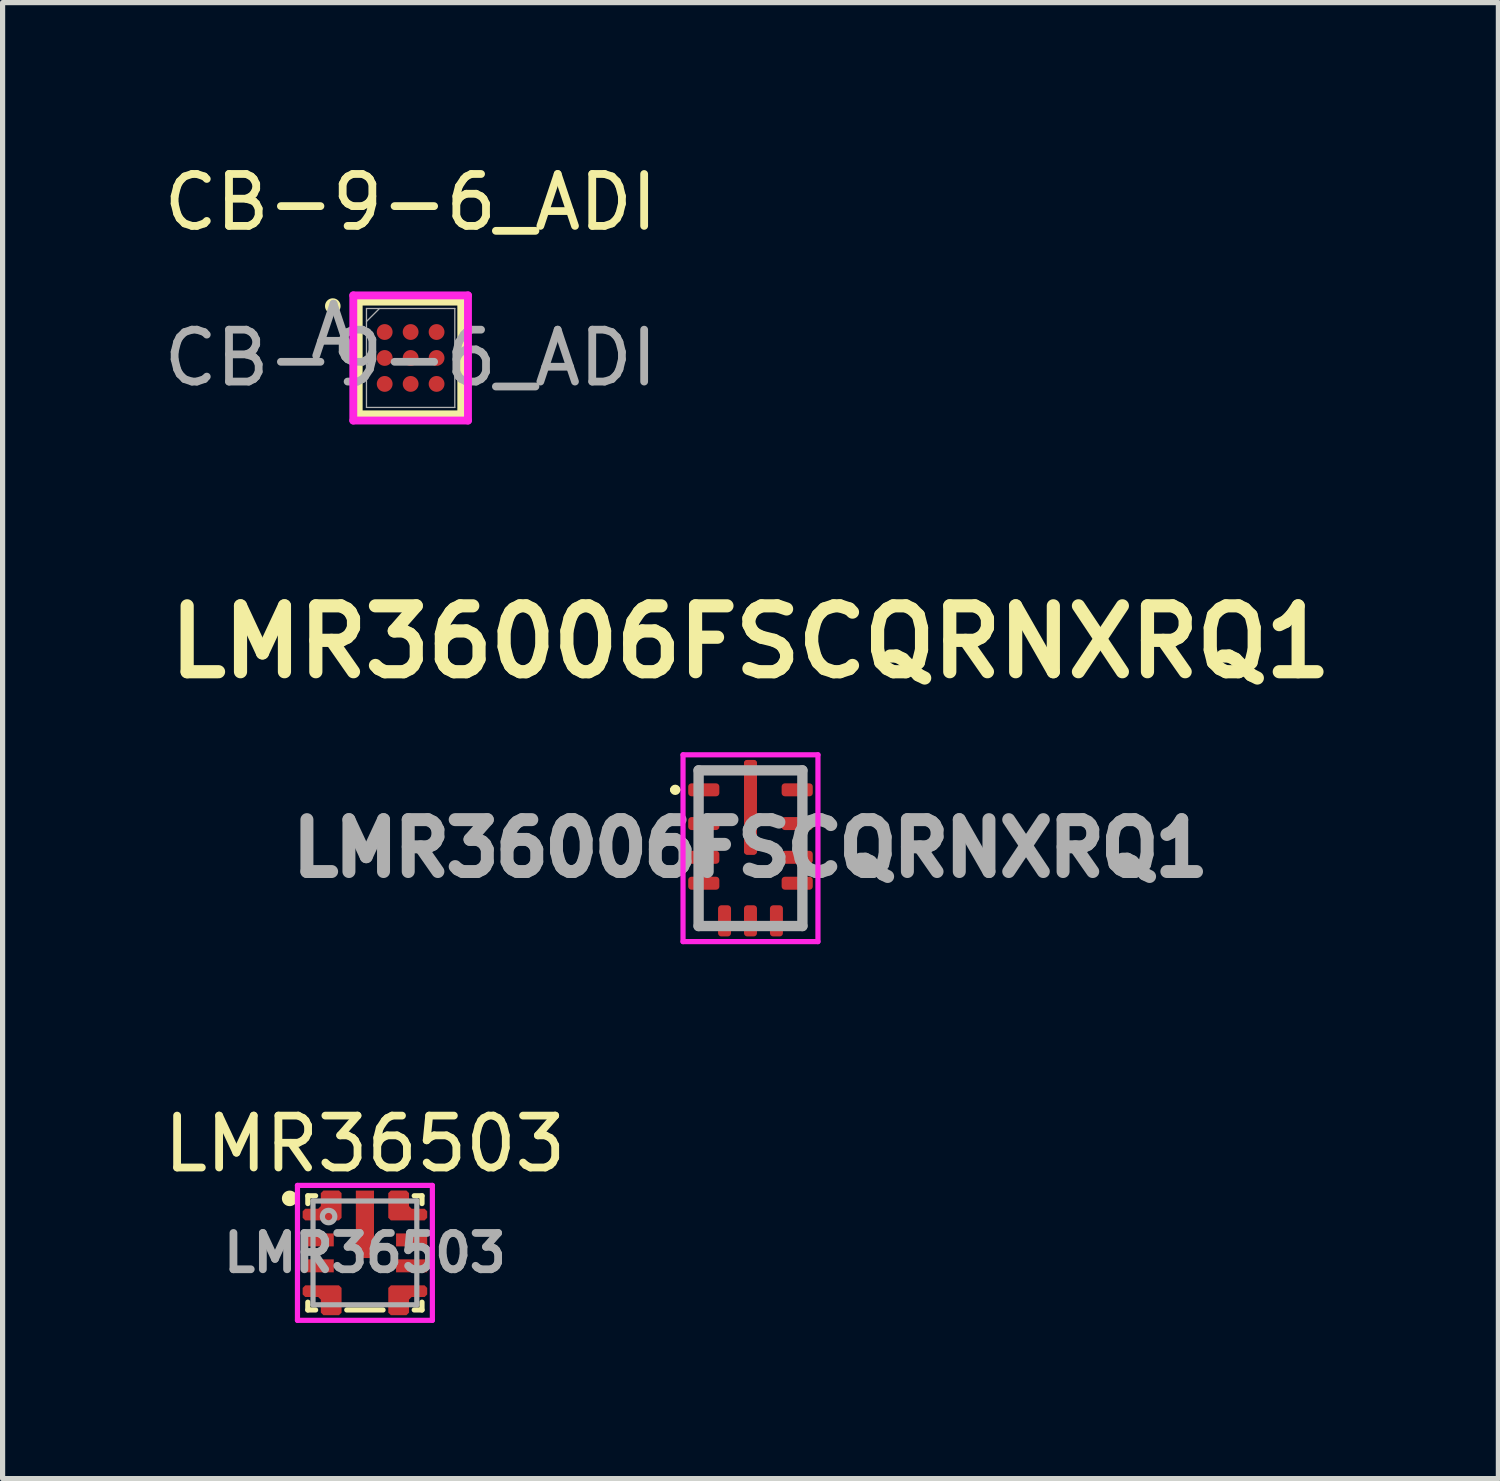
<source format=kicad_pcb>
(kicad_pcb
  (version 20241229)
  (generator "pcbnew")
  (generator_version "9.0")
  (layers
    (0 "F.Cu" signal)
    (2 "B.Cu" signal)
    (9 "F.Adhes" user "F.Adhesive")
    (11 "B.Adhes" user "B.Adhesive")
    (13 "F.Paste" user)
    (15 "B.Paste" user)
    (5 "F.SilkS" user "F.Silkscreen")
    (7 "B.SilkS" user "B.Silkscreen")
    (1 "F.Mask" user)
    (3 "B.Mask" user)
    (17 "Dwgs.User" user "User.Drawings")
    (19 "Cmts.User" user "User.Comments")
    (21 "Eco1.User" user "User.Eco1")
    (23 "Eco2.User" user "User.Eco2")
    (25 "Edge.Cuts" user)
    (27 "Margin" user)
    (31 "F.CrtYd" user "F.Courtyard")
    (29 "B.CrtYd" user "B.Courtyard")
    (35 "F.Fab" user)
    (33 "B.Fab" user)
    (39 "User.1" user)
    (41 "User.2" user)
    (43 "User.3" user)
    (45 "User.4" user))
  (footprint "CB-9-6_ADI"
    (layer "F.Cu")
    (at 4.863 3.848)
    (property "Reference" "CB-9-6_ADI" (at 0 -3 0) (unlocked yes) (layer "F.SilkS") (effects (font (size 1 1) (thickness 0.15))))
    (attr smd)
    (fp_line (start -1 -1.085) (end -1 1.085) (stroke (width 0.15) (type solid)) (layer "F.SilkS"))
    (fp_line (start 0.975 -1.085) (end -0.975 -1.085) (stroke (width 0.15) (type solid)) (layer "F.SilkS"))
    (fp_line (start 0.975 -1.085) (end 0.975 1.085) (stroke (width 0.15) (type solid)) (layer "F.SilkS"))
    (fp_line (start 0.975 1.085) (end -0.975 1.085) (stroke (width 0.15) (type solid)) (layer "F.SilkS"))
    (fp_circle (center -1.5 -1) (end -1.4 -1) (stroke (width 0.1) (type solid)) (fill yes) (layer "F.SilkS"))
    (fp_line (start -1.105 -1.206) (end 1.105 -1.206) (stroke (width 0.152) (type solid)) (layer "F.CrtYd"))
    (fp_line (start -1.105 1.206) (end -1.105 -1.206) (stroke (width 0.152) (type solid)) (layer "F.CrtYd"))
    (fp_line (start 1.105 -1.206) (end 1.105 1.206) (stroke (width 0.152) (type solid)) (layer "F.CrtYd"))
    (fp_line (start 1.105 1.206) (end -1.105 1.206) (stroke (width 0.152) (type solid)) (layer "F.CrtYd"))
    (fp_line (start -0.851 -0.953) (end -0.851 0.953) (stroke (width 0.025) (type solid)) (layer "F.Fab"))
    (fp_line (start -0.851 0.953) (end 0.851 0.953) (stroke (width 0.025) (type solid)) (layer "F.Fab"))
    (fp_line (start -0.601 -0.953) (end -0.851 -0.703) (stroke (width 0.025) (type solid)) (layer "F.Fab"))
    (fp_line (start 0.851 -0.953) (end -0.851 -0.953) (stroke (width 0.025) (type solid)) (layer "F.Fab"))
    (fp_line (start 0.851 0.953) (end 0.851 -0.953) (stroke (width 0.025) (type solid)) (layer "F.Fab"))
    (fp_text user "A" (at -1.486 -0.5 0) (unlocked yes) (layer "F.Fab") (effects (font (size 1 1) (thickness 0.15))))
    (fp_text user "${REFERENCE}" (at 0 0 0) (unlocked yes) (layer "F.Fab") (effects (font (size 1 1) (thickness 0.15))))
    (pad "A1" smd circle (at -0.5 -0.5) (size 0.305 0.305) (layers "F.Cu" "F.Mask" "F.Paste"))
    (pad "A2" smd circle (at 0 -0.5) (size 0.305 0.305) (layers "F.Cu" "F.Mask" "F.Paste"))
    (pad "A3" smd circle (at 0.5 -0.5) (size 0.305 0.305) (layers "F.Cu" "F.Mask" "F.Paste"))
    (pad "B1" smd circle (at -0.5 0) (size 0.305 0.305) (layers "F.Cu" "F.Mask" "F.Paste"))
    (pad "B2" smd circle (at 0 0) (size 0.305 0.305) (layers "F.Cu" "F.Mask" "F.Paste"))
    (pad "B3" smd circle (at 0.5 0) (size 0.305 0.305) (layers "F.Cu" "F.Mask" "F.Paste"))
    (pad "C1" smd circle (at -0.5 0.5) (size 0.305 0.305) (layers "F.Cu" "F.Mask" "F.Paste"))
    (pad "C2" smd circle (at 0 0.5) (size 0.305 0.305) (layers "F.Cu" "F.Mask" "F.Paste"))
    (pad "C3" smd circle (at 0.5 0.5) (size 0.305 0.305) (layers "F.Cu" "F.Mask" "F.Paste")))
  (footprint "LMR36006FSCQRNXRQ1"
    (layer "F.Cu")
    (at 11.412 13.295)
    (property "Reference" "LMR36006FSCQRNXRQ1" (at 0 -3.975 0) (layer "F.SilkS") (effects (font (size 1.27 1.27) (thickness 0.254))))
    (attr smd)
    (fp_line (start -1.5 -1.125) (end -1.5 -1.125) (stroke (width 0.1) (type solid)) (layer "F.SilkS"))
    (fp_line (start -1.4 -1.125) (end -1.4 -1.125) (stroke (width 0.1) (type solid)) (layer "F.SilkS"))
    (fp_line (start -1 -1.5) (end -0.5 -1.5) (stroke (width 0.1) (type solid)) (layer "F.SilkS"))
    (fp_line (start -1 1) (end -1 1.5) (stroke (width 0.1) (type solid)) (layer "F.SilkS"))
    (fp_line (start 1 -1.5) (end 0.5 -1.5) (stroke (width 0.1) (type solid)) (layer "F.SilkS"))
    (fp_line (start 1 1) (end 1 1.5) (stroke (width 0.1) (type solid)) (layer "F.SilkS"))
    (fp_arc (start -1.5 -1.125) (mid -1.45 -1.175) (end -1.4 -1.125) (stroke (width 0.1) (type solid)) (layer "F.SilkS"))
    (fp_arc (start -1.4 -1.125) (mid -1.45 -1.075) (end -1.5 -1.125) (stroke (width 0.1) (type solid)) (layer "F.SilkS"))
    (fp_line (start -1.3 -1.8) (end 1.3 -1.8) (stroke (width 0.1) (type solid)) (layer "F.CrtYd"))
    (fp_line (start -1.3 1.8) (end -1.3 -1.8) (stroke (width 0.1) (type solid)) (layer "F.CrtYd"))
    (fp_line (start 1.3 -1.8) (end 1.3 1.8) (stroke (width 0.1) (type solid)) (layer "F.CrtYd"))
    (fp_line (start 1.3 1.8) (end -1.3 1.8) (stroke (width 0.1) (type solid)) (layer "F.CrtYd"))
    (fp_line (start -1 -1.5) (end 1 -1.5) (stroke (width 0.2) (type solid)) (layer "F.Fab"))
    (fp_line (start -1 1.5) (end -1 -1.5) (stroke (width 0.2) (type solid)) (layer "F.Fab"))
    (fp_line (start 1 -1.5) (end 1 1.5) (stroke (width 0.2) (type solid)) (layer "F.Fab"))
    (fp_line (start 1 1.5) (end -1 1.5) (stroke (width 0.2) (type solid)) (layer "F.Fab"))
    (fp_text user "${REFERENCE}" (at 0 0 0) (layer "F.Fab") (effects (font (size 1 1) (thickness 0.25))))
    (pad "1" smd roundrect (at -0.9 -1.125 90) (size 0.25 0.6) (layers "F.Cu" "F.Mask" "F.Paste") (roundrect_rratio 0.25))
    (pad "2" smd roundrect (at -0.9 -0.475 90) (size 0.25 0.6) (layers "F.Cu" "F.Mask" "F.Paste") (roundrect_rratio 0.25))
    (pad "3" smd roundrect (at -0.9 0.175 90) (size 0.25 0.6) (layers "F.Cu" "F.Mask" "F.Paste") (roundrect_rratio 0.25))
    (pad "4" smd roundrect (at -0.9 0.675 90) (size 0.25 0.6) (layers "F.Cu" "F.Mask" "F.Paste") (roundrect_rratio 0.25))
    (pad "5" smd roundrect (at -0.5 1.4) (size 0.25 0.6) (layers "F.Cu" "F.Mask" "F.Paste") (roundrect_rratio 0.25))
    (pad "6" smd roundrect (at 0 1.4) (size 0.25 0.6) (layers "F.Cu" "F.Mask" "F.Paste") (roundrect_rratio 0.25))
    (pad "7" smd roundrect (at 0.5 1.4) (size 0.25 0.6) (layers "F.Cu" "F.Mask" "F.Paste") (roundrect_rratio 0.25))
    (pad "8" smd roundrect (at 0.9 0.675 90) (size 0.25 0.6) (layers "F.Cu" "F.Mask" "F.Paste") (roundrect_rratio 0.25))
    (pad "9" smd roundrect (at 0.9 0.175 90) (size 0.25 0.6) (layers "F.Cu" "F.Mask" "F.Paste") (roundrect_rratio 0.25))
    (pad "10" smd roundrect (at 0.9 -0.475 90) (size 0.25 0.6) (layers "F.Cu" "F.Mask" "F.Paste") (roundrect_rratio 0.25))
    (pad "11" smd roundrect (at 0.9 -1.125 90) (size 0.25 0.6) (layers "F.Cu" "F.Mask" "F.Paste") (roundrect_rratio 0.25))
    (pad "12" smd roundrect (at 0 -1.295) (size 0.25 0.81) (layers "F.Cu" "F.Paste") (roundrect_rratio 0.25))
    (pad "12" smd roundrect (at 0 -0.788) (size 0.25 1.825) (layers "F.Cu" "F.Mask") (roundrect_rratio 0.25))
    (pad "12" smd roundrect (at 0 -0.28) (size 0.25 0.81) (layers "F.Cu" "F.Paste") (roundrect_rratio 0.25)))
  (footprint "LMR36503"
    (layer "F.Cu")
    (at 3.982 21.093)
    (property "Reference" "LMR36503" (at 0 -2.1 0) (unlocked yes) (layer "F.SilkS") (effects (font (size 1 1) (thickness 0.15))))
    (attr smd)
    (fp_poly (pts (xy -1.236 -0.64) (xy -1.242 -0.647) (xy -1.247 -0.656) (xy -1.25 -0.666) (xy -1.251 -0.675) (xy -1.251 -0.801) (xy -1.25 -0.81) (xy -1.247 -0.82) (xy -1.242 -0.829) (xy -1.236 -0.836) (xy -1.186 -0.886) (xy -1.178 -0.893) (xy -1.169 -0.897) (xy -1.16 -0.9) (xy -1.15 -0.901) (xy -0.921 -0.901) (xy -0.901 -0.922) (xy -0.901 -1.151) (xy -0.9 -1.16) (xy -0.897 -1.17) (xy -0.892 -1.179) (xy -0.886 -1.186) (xy -0.836 -1.236) (xy -0.828 -1.243) (xy -0.819 -1.247) (xy -0.81 -1.25) (xy -0.8 -1.251) (xy -0.5 -1.251) (xy -0.49 -1.25) (xy -0.481 -1.247) (xy -0.472 -1.243) (xy -0.464 -1.236) (xy -0.414 -1.186) (xy -0.408 -1.179) (xy -0.403 -1.17) (xy -0.4 -1.16) (xy -0.399 -1.151) (xy -0.399 -0.675) (xy -0.4 -0.666) (xy -0.403 -0.656) (xy -0.408 -0.647) (xy -0.414 -0.64) (xy -0.464 -0.59) (xy -0.472 -0.583) (xy -0.481 -0.579) (xy -0.49 -0.576) (xy -0.5 -0.575) (xy -1.15 -0.575) (xy -1.16 -0.576) (xy -1.169 -0.579) (xy -1.178 -0.583) (xy -1.186 -0.59)) (stroke (width 0) (type solid)) (fill yes) (layer "F.Mask"))
    (fp_poly (pts (xy -1.236 0.64) (xy -1.186 0.59) (xy -1.178 0.583) (xy -1.169 0.579) (xy -1.16 0.576) (xy -1.15 0.575) (xy -0.5 0.575) (xy -0.49 0.576) (xy -0.481 0.579) (xy -0.472 0.583) (xy -0.464 0.59) (xy -0.414 0.64) (xy -0.408 0.647) (xy -0.403 0.656) (xy -0.4 0.666) (xy -0.399 0.675) (xy -0.399 1.151) (xy -0.4 1.16) (xy -0.403 1.17) (xy -0.408 1.179) (xy -0.414 1.186) (xy -0.464 1.236) (xy -0.472 1.243) (xy -0.481 1.247) (xy -0.49 1.25) (xy -0.5 1.251) (xy -0.8 1.251) (xy -0.81 1.25) (xy -0.819 1.247) (xy -0.828 1.243) (xy -0.836 1.236) (xy -0.886 1.186) (xy -0.892 1.179) (xy -0.897 1.17) (xy -0.9 1.16) (xy -0.901 1.151) (xy -0.901 0.922) (xy -0.921 0.901) (xy -1.15 0.901) (xy -1.16 0.9) (xy -1.169 0.897) (xy -1.178 0.893) (xy -1.186 0.886) (xy -1.236 0.836) (xy -1.242 0.829) (xy -1.247 0.82) (xy -1.25 0.81) (xy -1.251 0.801) (xy -1.251 0.675) (xy -1.25 0.666) (xy -1.247 0.656) (xy -1.242 0.647)) (stroke (width 0) (type solid)) (fill yes) (layer "F.Mask"))
    (fp_poly (pts (xy 1.236 -0.64) (xy 1.186 -0.59) (xy 1.178 -0.583) (xy 1.169 -0.579) (xy 1.16 -0.576) (xy 1.15 -0.575) (xy 0.5 -0.575) (xy 0.49 -0.576) (xy 0.481 -0.579) (xy 0.472 -0.583) (xy 0.464 -0.59) (xy 0.414 -0.64) (xy 0.408 -0.647) (xy 0.403 -0.656) (xy 0.4 -0.666) (xy 0.399 -0.675) (xy 0.399 -1.151) (xy 0.4 -1.16) (xy 0.403 -1.17) (xy 0.408 -1.179) (xy 0.414 -1.186) (xy 0.464 -1.236) (xy 0.472 -1.243) (xy 0.481 -1.247) (xy 0.49 -1.25) (xy 0.5 -1.251) (xy 0.8 -1.251) (xy 0.81 -1.25) (xy 0.819 -1.247) (xy 0.828 -1.243) (xy 0.836 -1.236) (xy 0.886 -1.186) (xy 0.892 -1.179) (xy 0.897 -1.17) (xy 0.9 -1.16) (xy 0.901 -1.151) (xy 0.901 -0.922) (xy 0.921 -0.901) (xy 1.15 -0.901) (xy 1.16 -0.9) (xy 1.169 -0.897) (xy 1.178 -0.893) (xy 1.186 -0.886) (xy 1.236 -0.836) (xy 1.242 -0.829) (xy 1.247 -0.82) (xy 1.25 -0.81) (xy 1.251 -0.801) (xy 1.251 -0.675) (xy 1.25 -0.666) (xy 1.247 -0.656) (xy 1.242 -0.647)) (stroke (width 0) (type solid)) (fill yes) (layer "F.Mask"))
    (fp_poly (pts (xy 1.236 0.64) (xy 1.242 0.647) (xy 1.247 0.656) (xy 1.25 0.666) (xy 1.251 0.675) (xy 1.251 0.801) (xy 1.25 0.81) (xy 1.247 0.82) (xy 1.242 0.829) (xy 1.236 0.836) (xy 1.186 0.886) (xy 1.178 0.893) (xy 1.169 0.897) (xy 1.16 0.9) (xy 1.15 0.901) (xy 0.921 0.901) (xy 0.901 0.922) (xy 0.901 1.151) (xy 0.9 1.16) (xy 0.897 1.17) (xy 0.892 1.179) (xy 0.886 1.186) (xy 0.836 1.236) (xy 0.828 1.243) (xy 0.819 1.247) (xy 0.81 1.25) (xy 0.8 1.251) (xy 0.5 1.251) (xy 0.49 1.25) (xy 0.481 1.247) (xy 0.472 1.243) (xy 0.464 1.236) (xy 0.414 1.186) (xy 0.408 1.179) (xy 0.403 1.17) (xy 0.4 1.16) (xy 0.399 1.151) (xy 0.399 0.675) (xy 0.4 0.666) (xy 0.403 0.656) (xy 0.408 0.647) (xy 0.414 0.64) (xy 0.464 0.59) (xy 0.472 0.583) (xy 0.481 0.579) (xy 0.49 0.576) (xy 0.5 0.575) (xy 1.15 0.575) (xy 1.16 0.576) (xy 1.169 0.579) (xy 1.178 0.583) (xy 1.186 0.59)) (stroke (width 0) (type solid)) (fill yes) (layer "F.Mask"))
    (fp_line (start -1.1 -0.95) (end -1.1 -1.1) (stroke (width 0.1) (type default)) (layer "F.SilkS"))
    (fp_line (start -1.1 0.95) (end -1.1 1.1) (stroke (width 0.1) (type default)) (layer "F.SilkS"))
    (fp_line (start -0.95 -1.1) (end -1.1 -1.1) (stroke (width 0.1) (type default)) (layer "F.SilkS"))
    (fp_line (start -0.95 1.1) (end -1.1 1.1) (stroke (width 0.1) (type default)) (layer "F.SilkS"))
    (fp_line (start -0.35 1.1) (end 0.35 1.1) (stroke (width 0.1) (type default)) (layer "F.SilkS"))
    (fp_line (start 0.95 -1.1) (end 1.1 -1.1) (stroke (width 0.1) (type default)) (layer "F.SilkS"))
    (fp_line (start 0.95 1.1) (end 1.1 1.1) (stroke (width 0.1) (type default)) (layer "F.SilkS"))
    (fp_line (start 1.1 -1.1) (end 1.1 -0.95) (stroke (width 0.1) (type default)) (layer "F.SilkS"))
    (fp_line (start 1.1 0.95) (end 1.1 1.1) (stroke (width 0.1) (type default)) (layer "F.SilkS"))
    (fp_circle (center -1.45 -1.05) (end -1.35 -1.05) (stroke (width 0.1) (type solid)) (fill yes) (layer "F.SilkS"))
    (fp_poly (pts (xy -0.175 0.05) (xy -0.125 0.1) (xy 0.125 0.1) (xy 0.175 0.05) (xy 0.175 -0.4) (xy 0.125 -0.45) (xy -0.125 -0.45) (xy -0.175 -0.4)) (stroke (width 0) (type solid)) (fill yes) (layer "F.Paste"))
    (fp_poly (pts (xy 0.175 -1.15) (xy 0.125 -1.2) (xy -0.125 -1.2) (xy -0.175 -1.15) (xy -0.175 -0.7) (xy -0.125 -0.65) (xy 0.125 -0.65) (xy 0.175 -0.7)) (stroke (width 0) (type solid)) (fill yes) (layer "F.Paste"))
    (fp_poly (pts (xy 0.175 -1.15) (xy 0.125 -1.2) (xy -0.125 -1.2) (xy -0.175 -1.15) (xy -0.175 -0.7) (xy -0.125 -0.65) (xy 0.125 -0.65) (xy 0.175 -0.7)) (stroke (width 0) (type solid)) (fill yes) (layer "F.Paste"))
    (fp_poly (pts (xy -1.2 0.675) (xy -1.15 0.625) (xy -0.5 0.625) (xy -0.45 0.675) (xy -0.45 1.151) (xy -0.5 1.201) (xy -0.8 1.201) (xy -0.85 1.151) (xy -0.85 0.901) (xy -0.9 0.851) (xy -1.15 0.851) (xy -1.2 0.801)) (stroke (width 0) (type solid)) (fill yes) (layer "F.Paste"))
    (fp_poly (pts (xy -1.15 -0.851) (xy -1.2 -0.8) (xy -1.2 -0.675) (xy -1.15 -0.626) (xy -0.5 -0.626) (xy -0.45 -0.675) (xy -0.45 -1.075) (xy -0.5 -1.126) (xy -0.8 -1.126) (xy -0.85 -1.076) (xy -0.85 -0.901) (xy -0.9 -0.851)) (stroke (width 0) (type solid)) (fill yes) (layer "F.Paste"))
    (fp_poly (pts (xy 1.15 -0.851) (xy 1.2 -0.8) (xy 1.2 -0.675) (xy 1.15 -0.626) (xy 0.5 -0.626) (xy 0.45 -0.675) (xy 0.45 -1.075) (xy 0.5 -1.126) (xy 0.8 -1.126) (xy 0.85 -1.076) (xy 0.85 -0.901) (xy 0.9 -0.851)) (stroke (width 0) (type solid)) (fill yes) (layer "F.Paste"))
    (fp_line (start -1.3 -1.3) (end 1.3 -1.3) (stroke (width 0.1) (type solid)) (layer "F.CrtYd"))
    (fp_line (start -1.3 1.3) (end -1.3 -1.3) (stroke (width 0.1) (type solid)) (layer "F.CrtYd"))
    (fp_line (start 1.3 -1.3) (end 1.3 1.3) (stroke (width 0.1) (type solid)) (layer "F.CrtYd"))
    (fp_line (start 1.3 1.3) (end -1.3 1.3) (stroke (width 0.1) (type solid)) (layer "F.CrtYd"))
    (fp_line (start -1 -1) (end 1 -1) (stroke (width 0.1) (type solid)) (layer "F.Fab"))
    (fp_line (start -1 1) (end -1 -1) (stroke (width 0.1) (type solid)) (layer "F.Fab"))
    (fp_line (start -1 1) (end 1 1) (stroke (width 0.1) (type solid)) (layer "F.Fab"))
    (fp_line (start 1 1) (end 1 -1) (stroke (width 0.1) (type solid)) (layer "F.Fab"))
    (fp_circle (center -0.7 -0.7) (end -0.58 -0.7) (stroke (width 0.1) (type solid)) (fill no) (layer "F.Fab"))
    (fp_text user "${REFERENCE}" (at 0 0 0) (unlocked yes) (layer "F.Fab") (effects (font (size 0.7 0.7) (thickness 0.15))))
    (pad "1" smd custom (at -0.65 -0.8) (size 0.25 0.201) (layers "F.Cu" "F.Mask" "F.Paste") (options (anchor rect)) (primitives (gr_poly (pts (xy -0.55 0.124) (xy -0.55 -0.001) (xy -0.5 -0.051) (xy -0.25 -0.051) (xy -0.2 -0.101) (xy -0.2 -0.351) (xy -0.15 -0.401) (xy 0.15 -0.401) (xy 0.2 -0.351) (xy 0.2 0.124) (xy 0.15 0.174) (xy -0.5 0.174)) (width 0) (fill yes))))
    (pad "2" smd rect (at -0.9 -0.25) (size 0.6 0.25) (layers "F.Cu" "F.Mask" "F.Paste"))
    (pad "3" smd rect (at -0.9 0.25) (size 0.6 0.25) (layers "F.Cu" "F.Mask" "F.Paste"))
    (pad "4" smd custom (at -0.7 0.8) (size 0.2 0.2) (layers "F.Cu" "F.Mask" "F.Paste") (options (anchor rect)) (primitives (gr_poly (pts (xy -0.5 -0.124) (xy -0.5 0.001) (xy -0.45 0.051) (xy -0.2 0.051) (xy -0.15 0.101) (xy -0.15 0.351) (xy -0.1 0.401) (xy 0.2 0.401) (xy 0.25 0.351) (xy 0.25 -0.124) (xy 0.2 -0.174) (xy -0.45 -0.174)) (width 0) (fill yes))))
    (pad "5" smd custom (at 0.7 0.8) (size 0.2 0.2) (layers "F.Cu" "F.Mask" "F.Paste") (options (anchor rect)) (primitives (gr_poly (pts (xy 0.5 -0.124) (xy 0.5 0.001) (xy 0.45 0.051) (xy 0.2 0.051) (xy 0.15 0.101) (xy 0.15 0.351) (xy 0.1 0.401) (xy -0.2 0.401) (xy -0.25 0.351) (xy -0.25 -0.124) (xy -0.2 -0.174) (xy 0.45 -0.174)) (width 0) (fill yes))))
    (pad "6" smd rect (at 0.9 0.25) (size 0.6 0.25) (layers "F.Cu" "F.Mask" "F.Paste"))
    (pad "7" smd rect (at 0.9 -0.25) (size 0.6 0.25) (layers "F.Cu" "F.Mask" "F.Paste"))
    (pad "8" smd custom (at 0.7 -0.8) (size 0.2 0.2) (layers "F.Cu" "F.Mask" "F.Paste") (options (anchor rect)) (primitives (gr_poly (pts (xy 0.5 0.124) (xy 0.5 -0.001) (xy 0.45 -0.051) (xy 0.2 -0.051) (xy 0.15 -0.101) (xy 0.15 -0.351) (xy 0.1 -0.401) (xy -0.2 -0.401) (xy -0.25 -0.351) (xy -0.25 0.124) (xy -0.2 0.174) (xy 0.45 0.174)) (width 0) (fill yes))))
    (pad "9" smd rect (at 0 -0.55) (size 0.35 1.3) (layers "F.Cu" "F.Mask")))
  (gr_rect
    (start -3 -3)
    (end 25.824 25.443)
    (stroke (width 0.1) (type default))
    (fill no)
    (layer "Edge.Cuts")))
</source>
